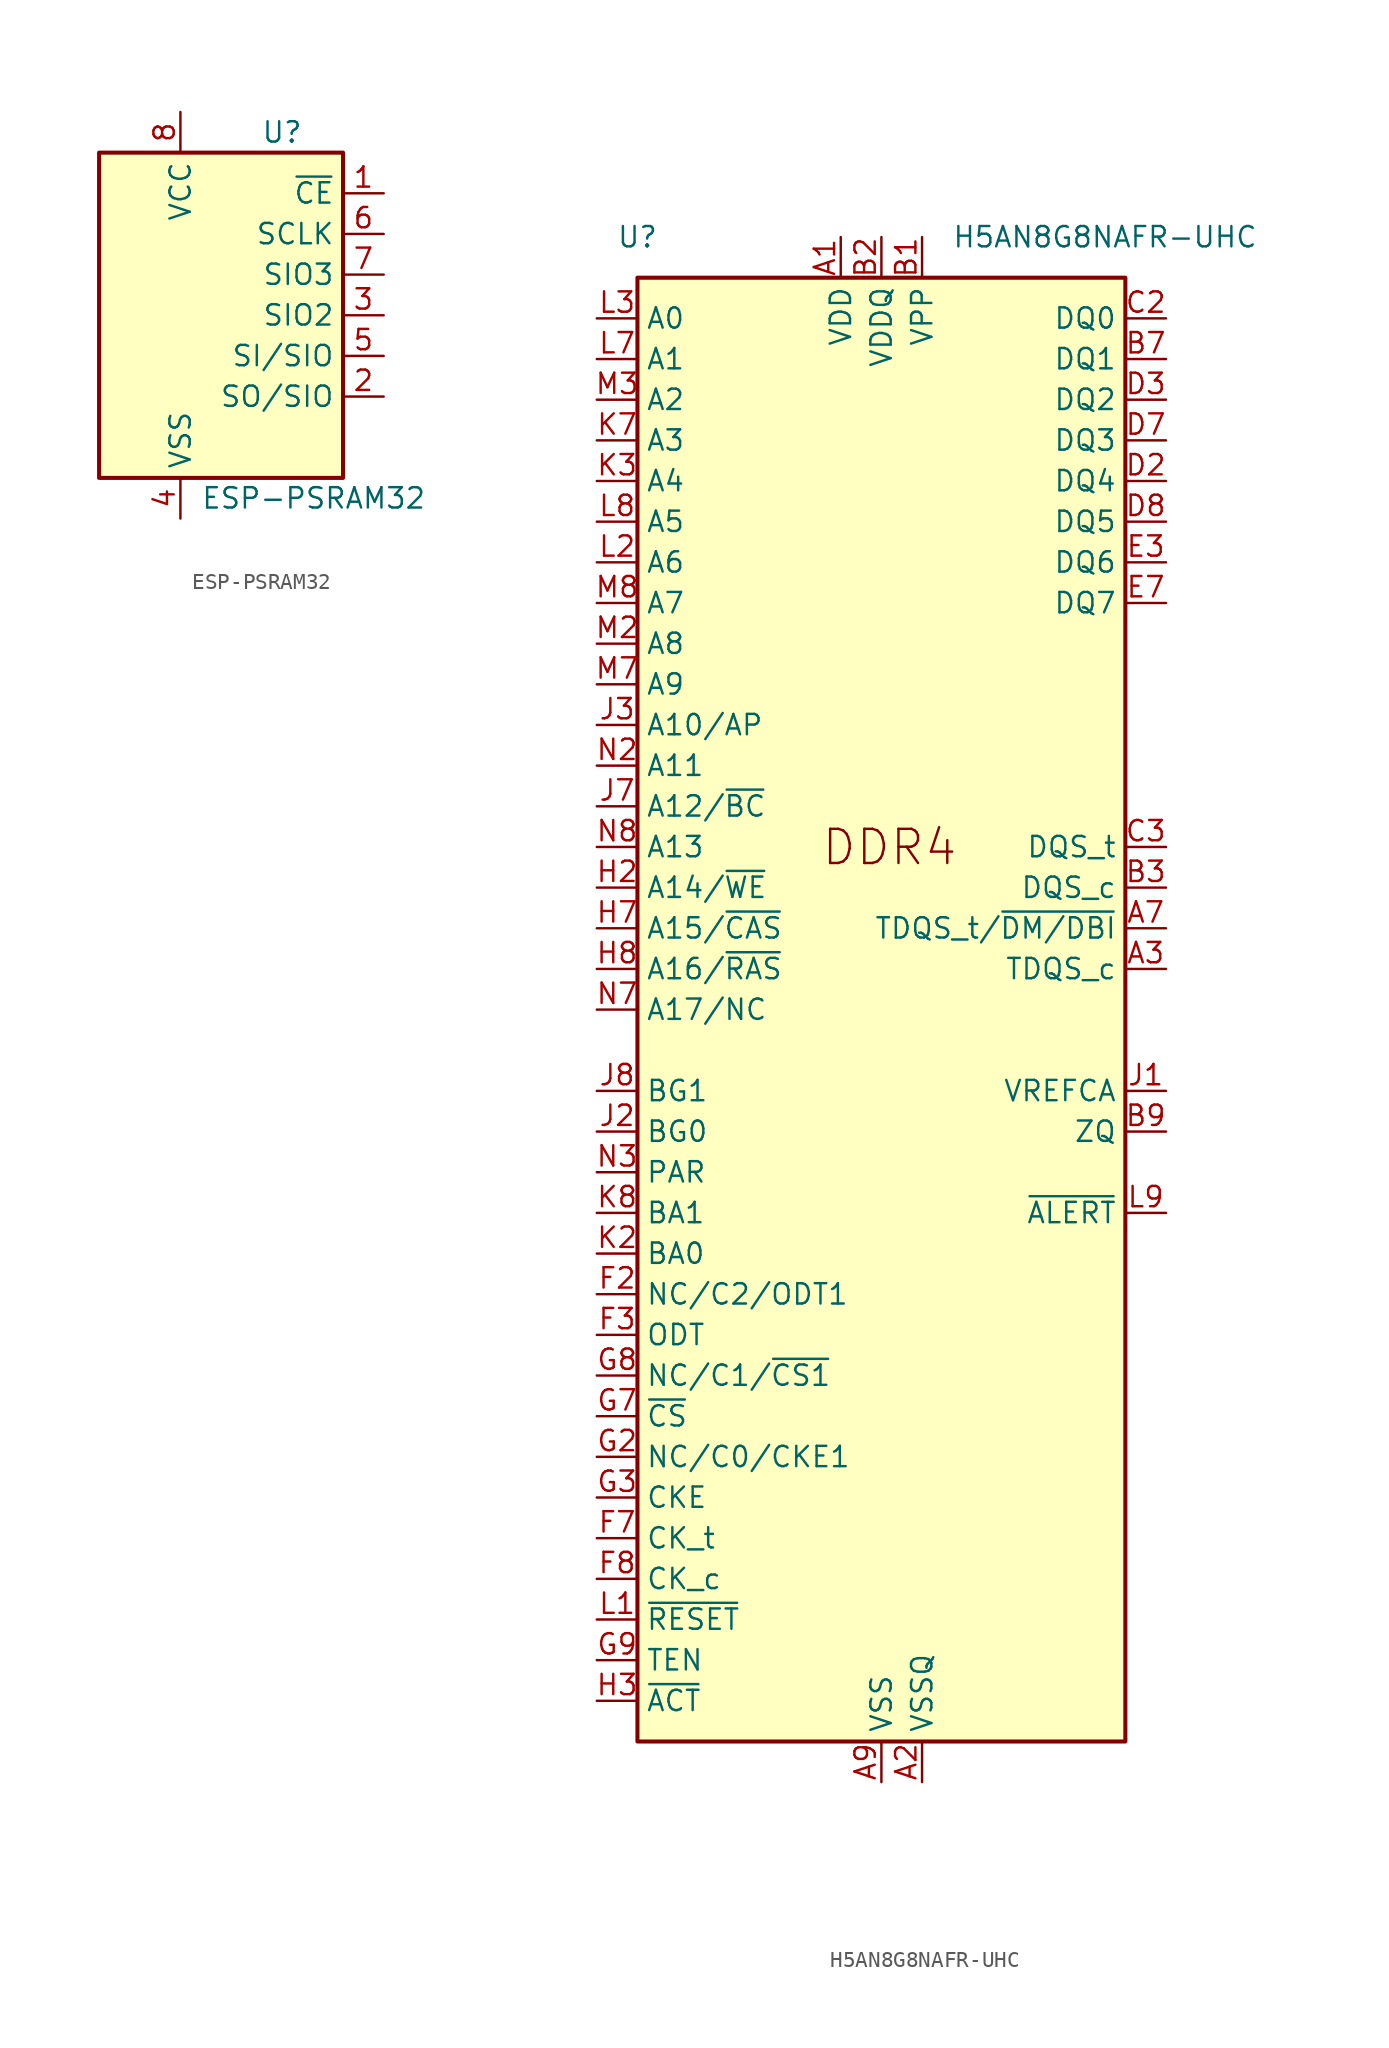
<source format=kicad_sym>
(kicad_symbol_lib
  (version 20201005)
  (generator kicad_symbol_editor)
  (symbol "ESP-PSRAM32"
    (property "Reference" "U"
      (at 3.81 11.43 0)
      (effects (font (size 1.27 1.27))))
    (property "Value" "ESP-PSRAM32"
      (at -1.27 -11.43 0)
      (effects (font (size 1.27 1.27)) (justify left)))
    (symbol "ESP-PSRAM32_0_1"
      (rectangle (start -7.62 10.16) (end 7.62 -10.16) (stroke (width 0.254)) (fill (type background))))
    (symbol "ESP-PSRAM32_1_1"
      (pin input line (at 10.16 7.62 180) (length 2.54) (name "~CE" (effects (font (size 1.27 1.27)))) (number "1" (effects (font (size 1.27 1.27)))))
      (pin output line (at 10.16 -5.08 180) (length 2.54) (name "SO/SIO" (effects (font (size 1.27 1.27)))) (number "2" (effects (font (size 1.27 1.27)))))
      (pin bidirectional line (at 10.16 0 180) (length 2.54) (name "SIO2" (effects (font (size 1.27 1.27)))) (number "3" (effects (font (size 1.27 1.27)))))
      (pin power_in line (at -2.54 -12.7 90) (length 2.54) (name "VSS" (effects (font (size 1.27 1.27)))) (number "4" (effects (font (size 1.27 1.27)))))
      (pin input line (at 10.16 -2.54 180) (length 2.54) (name "SI/SIO" (effects (font (size 1.27 1.27)))) (number "5" (effects (font (size 1.27 1.27)))))
      (pin output line (at 10.16 5.08 180) (length 2.54) (name "SCLK" (effects (font (size 1.27 1.27)))) (number "6" (effects (font (size 1.27 1.27)))))
      (pin bidirectional line (at 10.16 2.54 180) (length 2.54) (name "SIO3" (effects (font (size 1.27 1.27)))) (number "7" (effects (font (size 1.27 1.27)))))
      (pin power_in line (at -2.54 12.7 270) (length 2.54) (name "VCC" (effects (font (size 1.27 1.27)))) (number "8" (effects (font (size 1.27 1.27)))))))
  (symbol "H5AN8G8NAFR-UHC"
    (property "Reference" "U"
      (at -15.24 48.26 0)
      (effects (font (size 1.27 1.27))))
    (property "Value" "H5AN8G8NAFR-UHC"
      (at 13.97 48.26 0)
      (effects (font (size 1.27 1.27))))
    (symbol "H5AN8G8NAFR-UHC_0_1"
      (rectangle (start -15.24 -45.72) (end 15.24 45.72) (stroke (width 0.254)) (fill (type background)))
      (pin power_in line (at -2.54 48.26 270) (length 2.54) (name "VDD" (effects (font (size 1.27 1.27)))) (number "A1" (effects (font (size 1.27 1.27)))))
      (pin power_in line (at 2.54 -48.26 90) (length 2.54) (name "VSSQ" (effects (font (size 1.27 1.27)))) (number "A2" (effects (font (size 1.27 1.27)))))
      (pin output line (at 17.78 2.54 180) (length 2.54) (name "TDQS_c" (effects (font (size 1.27 1.27)))) (number "A3" (effects (font (size 1.27 1.27)))))
      (pin bidirectional line (at 17.78 5.08 180) (length 2.54) (name "TDQS_t/~DM/DBI" (effects (font (size 1.27 1.27)))) (number "A7" (effects (font (size 1.27 1.27)))))
      (pin passive line (at 2.54 -48.26 90) (length 2.54) hide (name "VSSQ" (effects (font (size 1.27 1.27)))) (number "A8" (effects (font (size 1.27 1.27)))))
      (pin power_in line (at 0 -48.26 90) (length 2.54) (name "VSS" (effects (font (size 1.27 1.27)))) (number "A9" (effects (font (size 1.27 1.27)))))
      (pin power_in line (at 2.54 48.26 270) (length 2.54) (name "VPP" (effects (font (size 1.27 1.27)))) (number "B1" (effects (font (size 1.27 1.27)))))
      (pin power_in line (at 0 48.26 270) (length 2.54) (name "VDDQ" (effects (font (size 1.27 1.27)))) (number "B2" (effects (font (size 1.27 1.27)))))
      (pin bidirectional line (at 17.78 7.62 180) (length 2.54) (name "DQS_c" (effects (font (size 1.27 1.27)))) (number "B3" (effects (font (size 1.27 1.27)))))
      (pin bidirectional line (at 17.78 40.64 180) (length 2.54) (name "DQ1" (effects (font (size 1.27 1.27)))) (number "B7" (effects (font (size 1.27 1.27)))))
      (pin passive line (at 0 48.26 270) (length 2.54) hide (name "VDDQ" (effects (font (size 1.27 1.27)))) (number "B8" (effects (font (size 1.27 1.27)))))
      (pin passive line (at 17.78 -7.62 180) (length 2.54) (name "ZQ" (effects (font (size 1.27 1.27)))) (number "B9" (effects (font (size 1.27 1.27)))))
      (pin passive line (at 0 48.26 270) (length 2.54) hide (name "VDDQ" (effects (font (size 1.27 1.27)))) (number "C1" (effects (font (size 1.27 1.27)))))
      (pin bidirectional line (at 17.78 43.18 180) (length 2.54) (name "DQ0" (effects (font (size 1.27 1.27)))) (number "C2" (effects (font (size 1.27 1.27)))))
      (pin bidirectional line (at 17.78 10.16 180) (length 2.54) (name "DQS_t" (effects (font (size 1.27 1.27)))) (number "C3" (effects (font (size 1.27 1.27)))))
      (pin passive line (at -2.54 48.26 270) (length 2.54) hide (name "VDD" (effects (font (size 1.27 1.27)))) (number "C7" (effects (font (size 1.27 1.27)))))
      (pin passive line (at 0 -48.26 90) (length 2.54) hide (name "VSS" (effects (font (size 1.27 1.27)))) (number "C8" (effects (font (size 1.27 1.27)))))
      (pin passive line (at 0 48.26 270) (length 2.54) hide (name "VDDQ" (effects (font (size 1.27 1.27)))) (number "C9" (effects (font (size 1.27 1.27)))))
      (pin passive line (at 2.54 -48.26 90) (length 2.54) hide (name "VSSQ" (effects (font (size 1.27 1.27)))) (number "D1" (effects (font (size 1.27 1.27)))))
      (pin bidirectional line (at 17.78 33.02 180) (length 2.54) (name "DQ4" (effects (font (size 1.27 1.27)))) (number "D2" (effects (font (size 1.27 1.27)))))
      (pin bidirectional line (at 17.78 38.1 180) (length 2.54) (name "DQ2" (effects (font (size 1.27 1.27)))) (number "D3" (effects (font (size 1.27 1.27)))))
      (pin bidirectional line (at 17.78 35.56 180) (length 2.54) (name "DQ3" (effects (font (size 1.27 1.27)))) (number "D7" (effects (font (size 1.27 1.27)))))
      (pin bidirectional line (at 17.78 30.48 180) (length 2.54) (name "DQ5" (effects (font (size 1.27 1.27)))) (number "D8" (effects (font (size 1.27 1.27)))))
      (pin passive line (at 2.54 -48.26 90) (length 2.54) hide (name "VSSQ" (effects (font (size 1.27 1.27)))) (number "D9" (effects (font (size 1.27 1.27)))))
      (pin passive line (at 0 -48.26 90) (length 2.54) hide (name "VSS" (effects (font (size 1.27 1.27)))) (number "E1" (effects (font (size 1.27 1.27)))))
      (pin passive line (at 0 48.26 270) (length 2.54) hide (name "VDDQ" (effects (font (size 1.27 1.27)))) (number "E2" (effects (font (size 1.27 1.27)))))
      (pin bidirectional line (at 17.78 27.94 180) (length 2.54) (name "DQ6" (effects (font (size 1.27 1.27)))) (number "E3" (effects (font (size 1.27 1.27)))))
      (pin bidirectional line (at 17.78 25.4 180) (length 2.54) (name "DQ7" (effects (font (size 1.27 1.27)))) (number "E7" (effects (font (size 1.27 1.27)))))
      (pin passive line (at 0 48.26 270) (length 2.54) hide (name "VDDQ" (effects (font (size 1.27 1.27)))) (number "E8" (effects (font (size 1.27 1.27)))))
      (pin passive line (at 0 -48.26 90) (length 2.54) hide (name "VSS" (effects (font (size 1.27 1.27)))) (number "E9" (effects (font (size 1.27 1.27)))))
      (pin passive line (at -2.54 48.26 270) (length 2.54) hide (name "VDD" (effects (font (size 1.27 1.27)))) (number "F1" (effects (font (size 1.27 1.27)))))
      (pin passive line (at -17.78 -17.78 0) (length 2.54) (name "NC/C2/ODT1" (effects (font (size 1.27 1.27)))) (number "F2" (effects (font (size 1.27 1.27)))))
      (pin input line (at -17.78 -20.32 0) (length 2.54) (name "ODT" (effects (font (size 1.27 1.27)))) (number "F3" (effects (font (size 1.27 1.27)))))
      (pin input line (at -17.78 -33.02 0) (length 2.54) (name "CK_t" (effects (font (size 1.27 1.27)))) (number "F7" (effects (font (size 1.27 1.27)))))
      (pin input line (at -17.78 -35.56 0) (length 2.54) (name "CK_c" (effects (font (size 1.27 1.27)))) (number "F8" (effects (font (size 1.27 1.27)))))
      (pin passive line (at -2.54 48.26 270) (length 2.54) hide (name "VDD" (effects (font (size 1.27 1.27)))) (number "F9" (effects (font (size 1.27 1.27)))))
      (pin passive line (at 0 -48.26 90) (length 2.54) hide (name "VSS" (effects (font (size 1.27 1.27)))) (number "G1" (effects (font (size 1.27 1.27)))))
      (pin passive line (at -17.78 -27.94 0) (length 2.54) (name "NC/C0/CKE1" (effects (font (size 1.27 1.27)))) (number "G2" (effects (font (size 1.27 1.27)))))
      (pin input line (at -17.78 -30.48 0) (length 2.54) (name "CKE" (effects (font (size 1.27 1.27)))) (number "G3" (effects (font (size 1.27 1.27)))))
      (pin input line (at -17.78 -25.4 0) (length 2.54) (name "~CS" (effects (font (size 1.27 1.27)))) (number "G7" (effects (font (size 1.27 1.27)))))
      (pin passive line (at -17.78 -22.86 0) (length 2.54) (name "NC/C1/~CS1" (effects (font (size 1.27 1.27)))) (number "G8" (effects (font (size 1.27 1.27)))))
      (pin input line (at -17.78 -40.64 0) (length 2.54) (name "TEN" (effects (font (size 1.27 1.27)))) (number "G9" (effects (font (size 1.27 1.27)))))
      (pin passive line (at -2.54 48.26 270) (length 2.54) hide (name "VDD" (effects (font (size 1.27 1.27)))) (number "H1" (effects (font (size 1.27 1.27)))))
      (pin input line (at -17.78 7.62 0) (length 2.54) (name "A14/~WE" (effects (font (size 1.27 1.27)))) (number "H2" (effects (font (size 1.27 1.27)))))
      (pin input line (at -17.78 -43.18 0) (length 2.54) (name "~ACT" (effects (font (size 1.27 1.27)))) (number "H3" (effects (font (size 1.27 1.27)))))
      (pin input line (at -17.78 5.08 0) (length 2.54) (name "A15/~CAS" (effects (font (size 1.27 1.27)))) (number "H7" (effects (font (size 1.27 1.27)))))
      (pin input line (at -17.78 2.54 0) (length 2.54) (name "A16/~RAS" (effects (font (size 1.27 1.27)))) (number "H8" (effects (font (size 1.27 1.27)))))
      (pin passive line (at 0 -48.26 90) (length 2.54) hide (name "VSS" (effects (font (size 1.27 1.27)))) (number "H9" (effects (font (size 1.27 1.27)))))
      (pin passive line (at 17.78 -5.08 180) (length 2.54) (name "VREFCA" (effects (font (size 1.27 1.27)))) (number "J1" (effects (font (size 1.27 1.27)))))
      (pin input line (at -17.78 -7.62 0) (length 2.54) (name "BG0" (effects (font (size 1.27 1.27)))) (number "J2" (effects (font (size 1.27 1.27)))))
      (pin input line (at -17.78 17.78 0) (length 2.54) (name "A10/AP" (effects (font (size 1.27 1.27)))) (number "J3" (effects (font (size 1.27 1.27)))))
      (pin input line (at -17.78 12.7 0) (length 2.54) (name "A12/~BC" (effects (font (size 1.27 1.27)))) (number "J7" (effects (font (size 1.27 1.27)))))
      (pin input line (at -17.78 -5.08 0) (length 2.54) (name "BG1" (effects (font (size 1.27 1.27)))) (number "J8" (effects (font (size 1.27 1.27)))))
      (pin passive line (at -2.54 48.26 270) (length 2.54) hide (name "VDD" (effects (font (size 1.27 1.27)))) (number "J9" (effects (font (size 1.27 1.27)))))
      (pin passive line (at 0 -48.26 90) (length 2.54) hide (name "VSS" (effects (font (size 1.27 1.27)))) (number "K1" (effects (font (size 1.27 1.27)))))
      (pin input line (at -17.78 -15.24 0) (length 2.54) (name "BA0" (effects (font (size 1.27 1.27)))) (number "K2" (effects (font (size 1.27 1.27)))))
      (pin input line (at -17.78 33.02 0) (length 2.54) (name "A4" (effects (font (size 1.27 1.27)))) (number "K3" (effects (font (size 1.27 1.27)))))
      (pin input line (at -17.78 35.56 0) (length 2.54) (name "A3" (effects (font (size 1.27 1.27)))) (number "K7" (effects (font (size 1.27 1.27)))))
      (pin input line (at -17.78 -12.7 0) (length 2.54) (name "BA1" (effects (font (size 1.27 1.27)))) (number "K8" (effects (font (size 1.27 1.27)))))
      (pin passive line (at 0 -48.26 90) (length 2.54) hide (name "VSS" (effects (font (size 1.27 1.27)))) (number "K9" (effects (font (size 1.27 1.27)))))
      (pin input line (at -17.78 -38.1 0) (length 2.54) (name "~RESET" (effects (font (size 1.27 1.27)))) (number "L1" (effects (font (size 1.27 1.27)))))
      (pin input line (at -17.78 27.94 0) (length 2.54) (name "A6" (effects (font (size 1.27 1.27)))) (number "L2" (effects (font (size 1.27 1.27)))))
      (pin input line (at -17.78 43.18 0) (length 2.54) (name "A0" (effects (font (size 1.27 1.27)))) (number "L3" (effects (font (size 1.27 1.27)))))
      (pin input line (at -17.78 40.64 0) (length 2.54) (name "A1" (effects (font (size 1.27 1.27)))) (number "L7" (effects (font (size 1.27 1.27)))))
      (pin input line (at -17.78 30.48 0) (length 2.54) (name "A5" (effects (font (size 1.27 1.27)))) (number "L8" (effects (font (size 1.27 1.27)))))
      (pin open_collector line (at 17.78 -12.7 180) (length 2.54) (name "~ALERT" (effects (font (size 1.27 1.27)))) (number "L9" (effects (font (size 1.27 1.27)))))
      (pin passive line (at -2.54 48.26 270) (length 2.54) hide (name "VDD" (effects (font (size 1.27 1.27)))) (number "M1" (effects (font (size 1.27 1.27)))))
      (pin input line (at -17.78 22.86 0) (length 2.54) (name "A8" (effects (font (size 1.27 1.27)))) (number "M2" (effects (font (size 1.27 1.27)))))
      (pin input line (at -17.78 38.1 0) (length 2.54) (name "A2" (effects (font (size 1.27 1.27)))) (number "M3" (effects (font (size 1.27 1.27)))))
      (pin input line (at -17.78 20.32 0) (length 2.54) (name "A9" (effects (font (size 1.27 1.27)))) (number "M7" (effects (font (size 1.27 1.27)))))
      (pin input line (at -17.78 25.4 0) (length 2.54) (name "A7" (effects (font (size 1.27 1.27)))) (number "M8" (effects (font (size 1.27 1.27)))))
      (pin passive line (at 2.54 48.26 270) (length 2.54) hide (name "VPP" (effects (font (size 1.27 1.27)))) (number "M9" (effects (font (size 1.27 1.27)))))
      (pin passive line (at 0 -48.26 90) (length 2.54) hide (name "VSS" (effects (font (size 1.27 1.27)))) (number "N1" (effects (font (size 1.27 1.27)))))
      (pin input line (at -17.78 15.24 0) (length 2.54) (name "A11" (effects (font (size 1.27 1.27)))) (number "N2" (effects (font (size 1.27 1.27)))))
      (pin input line (at -17.78 -10.16 0) (length 2.54) (name "PAR" (effects (font (size 1.27 1.27)))) (number "N3" (effects (font (size 1.27 1.27)))))
      (pin passive line (at -17.78 0 0) (length 2.54) (name "A17/NC" (effects (font (size 1.27 1.27)))) (number "N7" (effects (font (size 1.27 1.27)))))
      (pin input line (at -17.78 10.16 0) (length 2.54) (name "A13" (effects (font (size 1.27 1.27)))) (number "N8" (effects (font (size 1.27 1.27)))))
      (pin passive line (at -2.54 48.26 270) (length 2.54) hide (name "VDD" (effects (font (size 1.27 1.27)))) (number "N9" (effects (font (size 1.27 1.27))))))
    (symbol "H5AN8G8NAFR-UHC_1_1"
      (text "DDR4" (at -3.81 8.89 0) (effects (font (size 2.134 2.134)) (justify left bottom))))))
</source>
